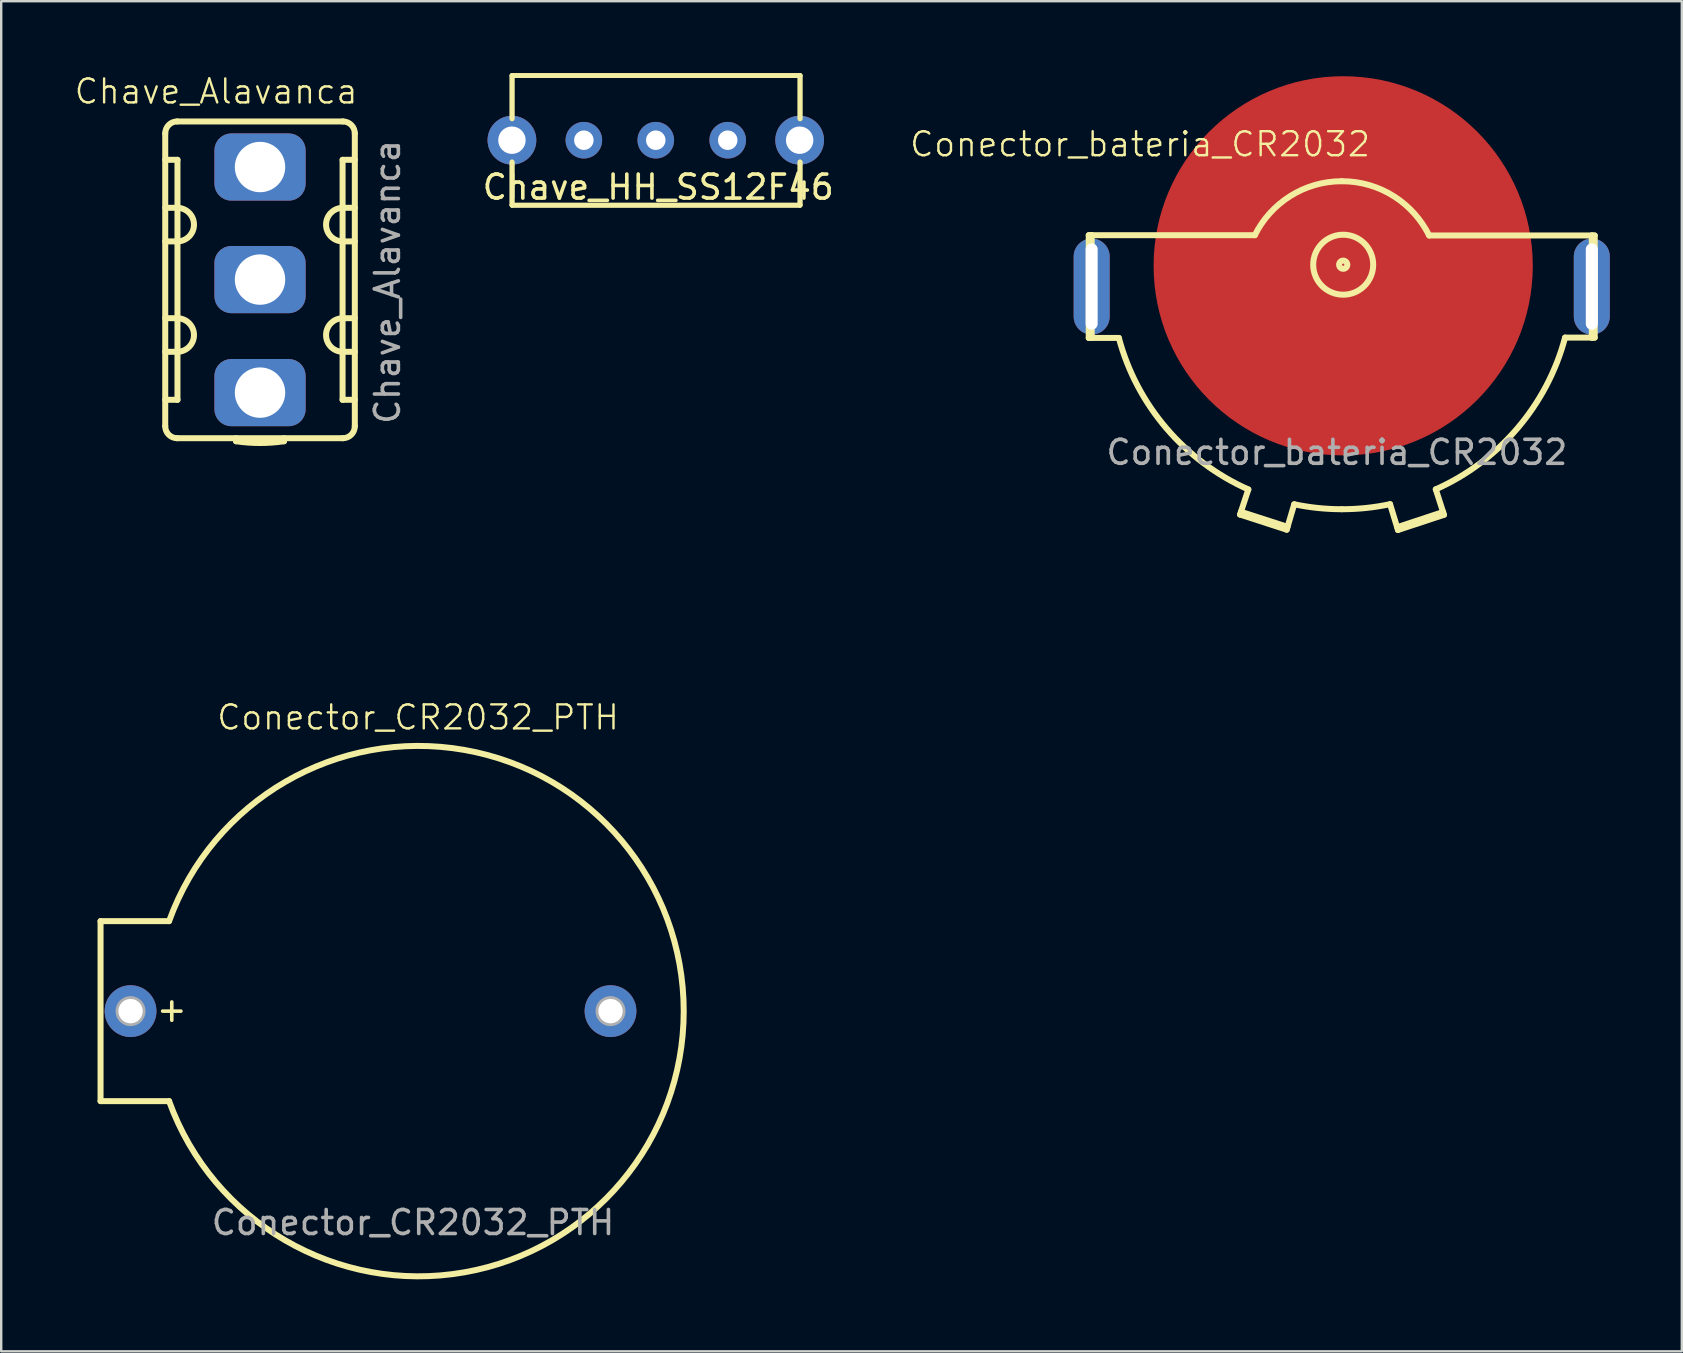
<source format=kicad_pcb>
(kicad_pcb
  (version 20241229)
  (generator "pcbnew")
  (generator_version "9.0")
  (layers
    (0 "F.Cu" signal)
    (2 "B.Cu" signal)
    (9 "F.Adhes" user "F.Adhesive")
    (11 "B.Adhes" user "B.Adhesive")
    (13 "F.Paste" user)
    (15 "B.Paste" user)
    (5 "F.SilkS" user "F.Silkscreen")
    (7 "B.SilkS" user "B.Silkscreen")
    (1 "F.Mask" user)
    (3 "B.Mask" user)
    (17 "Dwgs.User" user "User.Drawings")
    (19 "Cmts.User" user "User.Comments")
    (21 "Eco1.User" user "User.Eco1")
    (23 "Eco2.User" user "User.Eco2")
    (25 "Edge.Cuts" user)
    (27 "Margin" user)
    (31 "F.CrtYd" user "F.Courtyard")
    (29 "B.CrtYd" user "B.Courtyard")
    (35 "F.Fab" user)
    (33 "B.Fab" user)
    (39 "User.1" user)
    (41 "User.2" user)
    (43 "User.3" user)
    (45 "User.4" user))
  (footprint "Chave_Alavanca"
    (layer "F.Cu")
    (at 5.955 1.26)
    (property "Reference" "Chave_Alavanca" (at 0 -0.5 0) (unlocked yes) (layer "F.SilkS") (effects (font (size 1 1) (thickness 0.1))))
    (attr through_hole)
    (fp_line (start -2.12 5.75) (end -1.62 5.75) (stroke (width 0.25) (type solid)) (layer "F.SilkS"))
    (fp_line (start -2.12 10.35) (end -1.62 10.35) (stroke (width 0.25) (type solid)) (layer "F.SilkS"))
    (fp_line (start -2.12 12.35) (end -1.61 12.35) (stroke (width 0.25) (type solid)) (layer "F.SilkS"))
    (fp_line (start -2.12 13.45) (end -2.12 1.25) (stroke (width 0.25) (type solid)) (layer "F.SilkS"))
    (fp_line (start -1.62 0.75) (end 5.28 0.75) (stroke (width 0.25) (type solid)) (layer "F.SilkS"))
    (fp_line (start -1.62 4.35) (end -2.12 4.35) (stroke (width 0.25) (type solid)) (layer "F.SilkS"))
    (fp_line (start -1.62 8.95) (end -2.12 8.95) (stroke (width 0.25) (type solid)) (layer "F.SilkS"))
    (fp_line (start -1.61 2.35) (end -2.12 2.35) (stroke (width 0.25) (type solid)) (layer "F.SilkS"))
    (fp_line (start -1.61 12.35) (end -1.61 2.35) (stroke (width 0.25) (type solid)) (layer "F.SilkS"))
    (fp_line (start 5.27 2.35) (end 5.27 12.35) (stroke (width 0.25) (type solid)) (layer "F.SilkS"))
    (fp_line (start 5.27 12.35) (end 5.78 12.35) (stroke (width 0.25) (type solid)) (layer "F.SilkS"))
    (fp_line (start 5.28 5.75) (end 5.78 5.75) (stroke (width 0.25) (type solid)) (layer "F.SilkS"))
    (fp_line (start 5.28 10.35) (end 5.78 10.35) (stroke (width 0.25) (type solid)) (layer "F.SilkS"))
    (fp_line (start 5.28 13.95) (end -1.62 13.95) (stroke (width 0.25) (type solid)) (layer "F.SilkS"))
    (fp_line (start 5.78 1.25) (end 5.78 13.45) (stroke (width 0.25) (type solid)) (layer "F.SilkS"))
    (fp_line (start 5.78 2.35) (end 5.27 2.35) (stroke (width 0.25) (type solid)) (layer "F.SilkS"))
    (fp_line (start 5.78 4.35) (end 5.28 4.35) (stroke (width 0.25) (type solid)) (layer "F.SilkS"))
    (fp_line (start 5.78 8.95) (end 5.28 8.95) (stroke (width 0.25) (type solid)) (layer "F.SilkS"))
    (fp_arc (start -2.12 1.25) (mid -1.973553 0.896447) (end -1.62 0.75) (stroke (width 0.25) (type solid)) (layer "F.SilkS"))
    (fp_arc (start -1.62 13.95) (mid -1.973553 13.803553) (end -2.12 13.45) (stroke (width 0.25) (type solid)) (layer "F.SilkS"))
    (fp_arc (start -1.61 4.350071) (mid -0.92 5.05) (end -1.61 5.749929) (stroke (width 0.25) (type solid)) (layer "F.SilkS"))
    (fp_arc (start -1.61 8.950071) (mid -0.92 9.65) (end -1.61 10.349929) (stroke (width 0.25) (type solid)) (layer "F.SilkS"))
    (fp_arc (start 2.83 14.076069) (mid 1.83 14.15) (end 0.83 14.076069) (stroke (width 0.25) (type solid)) (layer "F.SilkS"))
    (fp_arc (start 5.27 5.749929) (mid 4.58 5.05) (end 5.27 4.350071) (stroke (width 0.25) (type solid)) (layer "F.SilkS"))
    (fp_arc (start 5.27 10.349929) (mid 4.58 9.65) (end 5.27 8.950071) (stroke (width 0.25) (type solid)) (layer "F.SilkS"))
    (fp_arc (start 5.28 0.75) (mid 5.633553 0.896447) (end 5.78 1.25) (stroke (width 0.25) (type solid)) (layer "F.SilkS"))
    (fp_arc (start 5.78 13.45) (mid 5.633553 13.803553) (end 5.28 13.95) (stroke (width 0.25) (type solid)) (layer "F.SilkS"))
    (fp_curve (pts (xy -1.62 4.35) (xy -1.617 4.35) (xy -1.613 4.35) (xy -1.61 4.35)) (stroke (width 0.25) (type solid)) (layer "F.SilkS"))
    (fp_curve (pts (xy -1.62 8.95) (xy -1.617 8.95) (xy -1.613 8.95) (xy -1.61 8.95)) (stroke (width 0.25) (type solid)) (layer "F.SilkS"))
    (fp_curve (pts (xy -1.61 5.75) (xy -1.613 5.75) (xy -1.617 5.75) (xy -1.62 5.75)) (stroke (width 0.25) (type solid)) (layer "F.SilkS"))
    (fp_curve (pts (xy -1.61 10.35) (xy -1.613 10.35) (xy -1.617 10.35) (xy -1.62 10.35)) (stroke (width 0.25) (type solid)) (layer "F.SilkS"))
    (fp_curve (pts (xy 0.83 13.95) (xy 0.83 13.979) (xy 0.83 14.008) (xy 0.83 14.028)) (stroke (width 0.25) (type solid)) (layer "F.SilkS"))
    (fp_curve (pts (xy 0.83 14.028) (xy 0.83 14.063) (xy 0.83 14.07) (xy 0.83 14.076)) (stroke (width 0.25) (type solid)) (layer "F.SilkS"))
    (fp_curve (pts (xy 2.83 14.041) (xy 2.83 14.02) (xy 2.83 13.985) (xy 2.83 13.95)) (stroke (width 0.25) (type solid)) (layer "F.SilkS"))
    (fp_curve (pts (xy 2.83 14.076) (xy 2.83 14.07) (xy 2.83 14.064) (xy 2.83 14.041)) (stroke (width 0.25) (type solid)) (layer "F.SilkS"))
    (fp_curve (pts (xy 5.27 4.35) (xy 5.273 4.35) (xy 5.277 4.35) (xy 5.28 4.35)) (stroke (width 0.25) (type solid)) (layer "F.SilkS"))
    (fp_curve (pts (xy 5.27 8.95) (xy 5.273 8.95) (xy 5.277 8.95) (xy 5.28 8.95)) (stroke (width 0.25) (type solid)) (layer "F.SilkS"))
    (fp_curve (pts (xy 5.28 5.75) (xy 5.277 5.75) (xy 5.273 5.75) (xy 5.27 5.75)) (stroke (width 0.25) (type solid)) (layer "F.SilkS"))
    (fp_curve (pts (xy 5.28 10.35) (xy 5.277 10.35) (xy 5.273 10.35) (xy 5.27 10.35)) (stroke (width 0.25) (type solid)) (layer "F.SilkS"))
    (fp_text user "${REFERENCE}" (at 7.14 7.44 90) (unlocked yes) (layer "F.Fab") (effects (font (size 1 1) (thickness 0.15))))
    (pad "1" thru_hole roundrect (at 1.83 2.65) (size 3.8 2.8) (drill 2.1) (layers "*.Cu" "*.Mask") (roundrect_rratio 0.25))
    (pad "2" thru_hole roundrect (at 1.83 7.34) (size 3.8 2.8) (drill 2.1) (layers "*.Cu" "*.Mask") (roundrect_rratio 0.25))
    (pad "3" thru_hole roundrect (at 1.83 12.05) (size 3.8 2.8) (drill 2.1) (layers "*.Cu" "*.Mask") (roundrect_rratio 0.25)))
  (footprint "Chave_HH_SS12F46"
    (layer "F.Cu")
    (at 26.029 19.683)
    (property "Reference" "Chave_HH_SS12F46" (at -1.651 -14.935 0) (unlocked yes) (layer "F.SilkS") (effects (font (size 1 1) (thickness 0.15))))
    (attr through_hole)
    (fp_line (start -7.742 -19.583) (end -7.742 -17.783) (stroke (width 0.2) (type solid)) (layer "F.SilkS"))
    (fp_line (start -7.742 -19.583) (end -7.742 -17.783) (stroke (width 0.2) (type solid)) (layer "F.SilkS"))
    (fp_line (start -7.742 -19.583) (end 4.258 -19.583) (stroke (width 0.2) (type solid)) (layer "F.SilkS"))
    (fp_line (start -7.742 -19.583) (end 4.258 -19.583) (stroke (width 0.2) (type solid)) (layer "F.SilkS"))
    (fp_line (start -7.742 -14.183) (end -7.742 -15.983) (stroke (width 0.2) (type solid)) (layer "F.SilkS"))
    (fp_line (start -7.742 -14.183) (end -7.742 -15.983) (stroke (width 0.2) (type solid)) (layer "F.SilkS"))
    (fp_line (start 4.258 -19.583) (end 4.258 -17.783) (stroke (width 0.2) (type solid)) (layer "F.SilkS"))
    (fp_line (start 4.258 -19.583) (end 4.258 -17.783) (stroke (width 0.2) (type solid)) (layer "F.SilkS"))
    (fp_line (start 4.258 -14.183) (end -7.742 -14.183) (stroke (width 0.2) (type solid)) (layer "F.SilkS"))
    (fp_line (start 4.258 -14.183) (end -7.742 -14.183) (stroke (width 0.2) (type solid)) (layer "F.SilkS"))
    (fp_line (start 4.258 -14.183) (end 4.258 -15.983) (stroke (width 0.2) (type solid)) (layer "F.SilkS"))
    (fp_line (start 4.258 -14.183) (end 4.258 -15.983) (stroke (width 0.2) (type solid)) (layer "F.SilkS"))
    (pad "" thru_hole circle (at -7.747 -16.891) (size 2.032 2.032) (drill 1.143) (layers "*.Cu" "*.Mask"))
    (pad "" thru_hole circle (at 4.242 -16.891) (size 2.032 2.032) (drill 1.143) (layers "*.Cu" "*.Mask"))
    (pad "1" thru_hole circle (at -4.75 -16.891) (size 1.524 1.524) (drill 0.813) (layers "*.Cu" "*.Mask"))
    (pad "2" thru_hole circle (at -1.753 -16.891) (size 1.524 1.524) (drill 0.813) (layers "*.Cu" "*.Mask"))
    (pad "3" thru_hole circle (at 1.245 -16.891) (size 1.524 1.524) (drill 0.813) (layers "*.Cu" "*.Mask")))
  (footprint "Conector_bateria_CR2032"
    (layer "F.Cu")
    (at 41.417 0.25)
    (property "Reference" "Conector_bateria_CR2032" (at 3.04 2.71 0) (unlocked yes) (layer "F.SilkS") (effects (font (size 1 1) (thickness 0.1))))
    (attr through_hole)
    (fp_line (start 0.9 6.5) (end 0.9 10.782) (stroke (width 0.25) (type default)) (layer "F.SilkS"))
    (fp_line (start 1.022 6.5) (end 1.022 10.782) (stroke (width 0.25) (type default)) (layer "F.SilkS"))
    (fp_line (start 1.022 10.782) (end 2.155 10.782) (stroke (width 0.25) (type default)) (layer "F.SilkS"))
    (fp_line (start 7.204 18.142) (end 9.149 18.772) (stroke (width 0.25) (type default)) (layer "F.SilkS"))
    (fp_line (start 7.55 17.095) (end 7.204 18.142) (stroke (width 0.25) (type default)) (layer "F.SilkS"))
    (fp_line (start 7.821 6.5) (end 1.022 6.5) (stroke (width 0.25) (type default)) (layer "F.SilkS"))
    (fp_line (start 9.149 18.772) (end 9.462 17.713) (stroke (width 0.25) (type default)) (layer "F.SilkS"))
    (fp_line (start 9.184 18.654) (end 7.242 18.026) (stroke (width 0.25) (type default)) (layer "F.SilkS"))
    (fp_line (start 13.785 18.785) (end 13.456 17.709) (stroke (width 0.25) (type default)) (layer "F.SilkS"))
    (fp_line (start 13.785 18.785) (end 15.703 18.151) (stroke (width 0.25) (type default)) (layer "F.SilkS"))
    (fp_line (start 15.085 6.513) (end 21.862 6.513) (stroke (width 0.25) (type default)) (layer "F.SilkS"))
    (fp_line (start 15.361 17.09) (end 15.703 18.151) (stroke (width 0.25) (type default)) (layer "F.SilkS"))
    (fp_line (start 15.666 18.035) (end 13.749 18.668) (stroke (width 0.25) (type default)) (layer "F.SilkS"))
    (fp_line (start 21.862 10.768) (end 20.748 10.768) (stroke (width 0.25) (type default)) (layer "F.SilkS"))
    (fp_line (start 21.862 10.768) (end 21.862 6.513) (stroke (width 0.25) (type default)) (layer "F.SilkS"))
    (fp_line (start 21.984 10.768) (end 21.984 6.513) (stroke (width 0.25) (type default)) (layer "F.SilkS"))
    (fp_circle (center 11.503 7.73) (end 11.549 7.73) (stroke (width 0.25) (type default)) (fill no) (layer "F.SilkS"))
    (fp_circle (center 11.503 7.73) (end 12.753 7.73) (stroke (width 0.25) (type default)) (fill no) (layer "F.SilkS"))
    (fp_curve (pts (xy 0.9 10.782) (xy 0.929 10.782) (xy 0.962 10.782) (xy 0.986 10.782)) (stroke (width 0.25) (type default)) (layer "F.SilkS"))
    (fp_curve (pts (xy 0.986 6.5) (xy 0.962 6.5) (xy 0.929 6.5) (xy 0.9 6.5)) (stroke (width 0.25) (type default)) (layer "F.SilkS"))
    (fp_curve (pts (xy 0.986 10.782) (xy 1.01 10.782) (xy 1.022 10.782) (xy 1.022 10.782)) (stroke (width 0.25) (type default)) (layer "F.SilkS"))
    (fp_curve (pts (xy 1.022 6.5) (xy 1.022 6.5) (xy 1.01 6.5) (xy 0.986 6.5)) (stroke (width 0.25) (type default)) (layer "F.SilkS"))
    (fp_curve (pts (xy 7.55 17.095) (xy 4.918 15.926) (xy 2.908 13.61) (xy 2.155 10.782)) (stroke (width 0.25) (type default)) (layer "F.SilkS"))
    (fp_curve (pts (xy 7.821 6.5) (xy 8.484 5.167) (xy 9.86 4.251) (xy 11.45 4.251)) (stroke (width 0.25) (type default)) (layer "F.SilkS"))
    (fp_curve (pts (xy 11.45 4.251) (xy 13.045 4.251) (xy 14.424 5.173) (xy 15.085 6.513)) (stroke (width 0.25) (type default)) (layer "F.SilkS"))
    (fp_curve (pts (xy 11.45 17.919) (xy 10.768 17.919) (xy 10.104 17.848) (xy 9.462 17.713)) (stroke (width 0.25) (type default)) (layer "F.SilkS"))
    (fp_curve (pts (xy 13.456 17.709) (xy 12.809 17.847) (xy 12.138 17.919) (xy 11.45 17.919)) (stroke (width 0.25) (type default)) (layer "F.SilkS"))
    (fp_curve (pts (xy 20.748 10.768) (xy 19.999 13.599) (xy 17.991 15.918) (xy 15.361 17.09)) (stroke (width 0.25) (type default)) (layer "F.SilkS"))
    (fp_curve (pts (xy 21.862 6.513) (xy 21.862 6.513) (xy 21.874 6.513) (xy 21.898 6.513)) (stroke (width 0.25) (type default)) (layer "F.SilkS"))
    (fp_curve (pts (xy 21.898 6.513) (xy 21.922 6.513) (xy 21.956 6.513) (xy 21.984 6.513)) (stroke (width 0.25) (type default)) (layer "F.SilkS"))
    (fp_curve (pts (xy 21.898 10.768) (xy 21.874 10.768) (xy 21.862 10.768) (xy 21.862 10.768)) (stroke (width 0.25) (type default)) (layer "F.SilkS"))
    (fp_curve (pts (xy 21.984 10.768) (xy 21.956 10.768) (xy 21.922 10.768) (xy 21.898 10.768)) (stroke (width 0.25) (type default)) (layer "F.SilkS"))
    (fp_text user "${REFERENCE}" (at 11.24 15.55 0) (unlocked yes) (layer "F.Fab") (effects (font (size 1 1) (thickness 0.15))))
    (pad "1" thru_hole oval (at 1.022 8.641 90) (size 4 1.5) (drill oval 3.6 0.5) (layers "*.Cu" "*.Mask"))
    (pad "1" thru_hole oval (at 21.862 8.641 90) (size 4 1.5) (drill oval 3.6 0.5) (layers "*.Cu" "*.Mask"))
    (pad "2" smd circle (at 11.503 7.776) (size 15.8 15.8) (layers "F.Cu" "F.Mask")))
  (footprint "Conector_CR2032_PTH"
    (layer "F.Cu")
    (at 0.25 23.183)
    (property "Reference" "Conector_CR2032_PTH" (at 14.12 3.66 0) (unlocked yes) (layer "F.SilkS") (effects (font (size 1 1) (thickness 0.1))))
    (attr through_hole)
    (fp_line (start 0.89 12.15) (end 3.746 12.15) (stroke (width 0.25) (type default)) (layer "F.SilkS"))
    (fp_line (start 0.89 19.65) (end 0.89 12.15) (stroke (width 0.25) (type default)) (layer "F.SilkS"))
    (fp_line (start 3.746 19.65) (end 0.89 19.65) (stroke (width 0.25) (type default)) (layer "F.SilkS"))
    (fp_arc (start 3.745772 12.15) (mid 25.190001 15.9) (end 3.745772 19.65) (stroke (width 0.25) (type default)) (layer "F.SilkS"))
    (fp_circle (center 2.14 15.9) (end 2.64 15.9) (stroke (width 0.25) (type default)) (fill no) (layer "F.Fab"))
    (fp_circle (center 22.14 15.9) (end 22.64 15.9) (stroke (width 0.25) (type default)) (fill no) (layer "F.Fab"))
    (fp_text user "+" (at 3.14 16.41 0) (unlocked yes) (layer "F.SilkS") (effects (font (size 1 1) (thickness 0.15)) (justify left bottom)))
    (fp_text user "${REFERENCE}" (at 13.91 24.71 0) (unlocked yes) (layer "F.Fab") (effects (font (size 1 1) (thickness 0.15))))
    (pad "1" thru_hole circle (at 2.14 15.9) (size 2.159 2.159) (drill 1.016) (layers "*.Cu" "*.Mask"))
    (pad "2" thru_hole circle (at 22.14 15.9) (size 2.159 2.159) (drill 1.016) (layers "*.Cu" "*.Mask")))
  (gr_rect
    (start -3 -3)
    (end 67.03 53.258)
    (stroke (width 0.1) (type default))
    (fill no)
    (layer "Edge.Cuts")))
</source>
